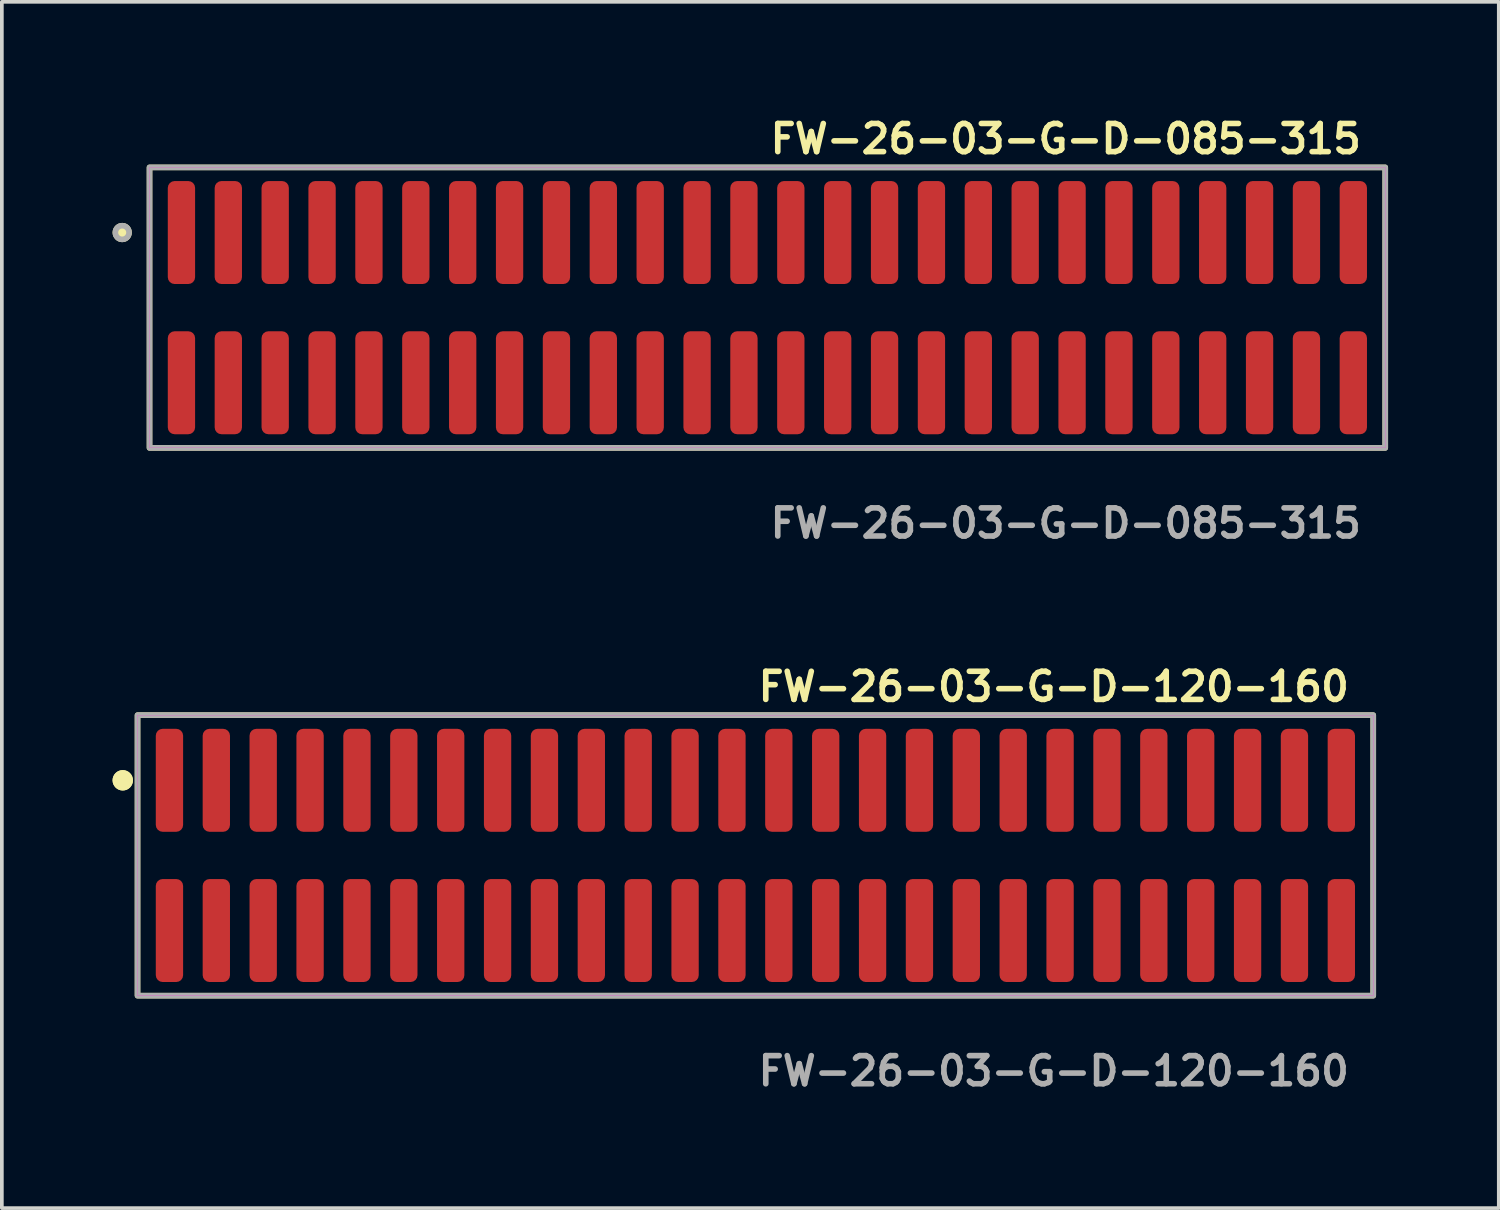
<source format=kicad_pcb>
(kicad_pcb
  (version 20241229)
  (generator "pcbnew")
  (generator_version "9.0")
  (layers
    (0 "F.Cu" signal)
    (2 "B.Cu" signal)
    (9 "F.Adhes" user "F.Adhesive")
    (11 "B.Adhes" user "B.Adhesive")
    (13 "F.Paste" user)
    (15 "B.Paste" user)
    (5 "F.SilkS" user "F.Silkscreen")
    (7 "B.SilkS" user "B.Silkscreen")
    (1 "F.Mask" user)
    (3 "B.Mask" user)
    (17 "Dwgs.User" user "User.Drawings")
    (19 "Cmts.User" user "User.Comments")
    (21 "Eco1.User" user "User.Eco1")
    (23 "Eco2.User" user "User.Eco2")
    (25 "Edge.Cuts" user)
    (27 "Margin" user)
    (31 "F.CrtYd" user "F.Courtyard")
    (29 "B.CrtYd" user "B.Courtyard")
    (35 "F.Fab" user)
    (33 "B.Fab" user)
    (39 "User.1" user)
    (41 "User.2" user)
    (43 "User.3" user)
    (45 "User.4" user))
  (footprint "FW-26-03-G-D-085-315"
    (layer "F.Cu")
    (at 17.741 5.285)
    (property "Reference" "FW-26-03-G-D-085-315" (at 0 -4.572 0) (unlocked yes) (layer "F.SilkS") (effects (font (size 0.762 0.762) (thickness 0.152)) (justify left)))
    (fp_rect (start -16.74 3.8) (end 16.74 -3.8) (stroke (width 0.152) (type solid)) (fill no) (layer "F.SilkS"))
    (fp_circle (center -17.48 -2.035) (end -17.665 -2.035) (stroke (width 0.152) (type solid)) (fill yes) (layer "F.SilkS"))
    (fp_rect (start -16.74 3.8) (end 16.74 -3.8) (stroke (width 0.006) (type solid)) (fill no) (layer "F.CrtYd"))
    (fp_rect (start -16.74 3.8) (end 16.74 -3.8) (stroke (width 0.152) (type solid)) (fill no) (layer "F.Fab"))
    (fp_circle (center -17.48 -2.035) (end -17.665 -2.035) (stroke (width 0.152) (type solid)) (fill no) (layer "F.Fab"))
    (fp_text user "${REFERENCE}" (at 0 5.842 0) (unlocked yes) (layer "F.Fab") (effects (font (size 0.762 0.762) (thickness 0.152)) (justify left)))
    (pad "1" smd roundrect (at -15.875 -2.035) (size 0.74 2.79) (layers "F.Cu" "F.Paste") (roundrect_rratio 0.25))
    (pad "2" smd roundrect (at -15.875 2.035) (size 0.74 2.79) (layers "F.Cu" "F.Paste") (roundrect_rratio 0.25))
    (pad "3" smd roundrect (at -14.605 -2.035) (size 0.74 2.79) (layers "F.Cu" "F.Paste") (roundrect_rratio 0.25))
    (pad "4" smd roundrect (at -14.605 2.035) (size 0.74 2.79) (layers "F.Cu" "F.Paste") (roundrect_rratio 0.25))
    (pad "5" smd roundrect (at -13.335 -2.035) (size 0.74 2.79) (layers "F.Cu" "F.Paste") (roundrect_rratio 0.25))
    (pad "6" smd roundrect (at -13.335 2.035) (size 0.74 2.79) (layers "F.Cu" "F.Paste") (roundrect_rratio 0.25))
    (pad "7" smd roundrect (at -12.065 -2.035) (size 0.74 2.79) (layers "F.Cu" "F.Paste") (roundrect_rratio 0.25))
    (pad "8" smd roundrect (at -12.065 2.035) (size 0.74 2.79) (layers "F.Cu" "F.Paste") (roundrect_rratio 0.25))
    (pad "9" smd roundrect (at -10.795 -2.035) (size 0.74 2.79) (layers "F.Cu" "F.Paste") (roundrect_rratio 0.25))
    (pad "10" smd roundrect (at -10.795 2.035) (size 0.74 2.79) (layers "F.Cu" "F.Paste") (roundrect_rratio 0.25))
    (pad "11" smd roundrect (at -9.525 -2.035) (size 0.74 2.79) (layers "F.Cu" "F.Paste") (roundrect_rratio 0.25))
    (pad "12" smd roundrect (at -9.525 2.035) (size 0.74 2.79) (layers "F.Cu" "F.Paste") (roundrect_rratio 0.25))
    (pad "13" smd roundrect (at -8.255 -2.035) (size 0.74 2.79) (layers "F.Cu" "F.Paste") (roundrect_rratio 0.25))
    (pad "14" smd roundrect (at -8.255 2.035) (size 0.74 2.79) (layers "F.Cu" "F.Paste") (roundrect_rratio 0.25))
    (pad "15" smd roundrect (at -6.985 -2.035) (size 0.74 2.79) (layers "F.Cu" "F.Paste") (roundrect_rratio 0.25))
    (pad "16" smd roundrect (at -6.985 2.035) (size 0.74 2.79) (layers "F.Cu" "F.Paste") (roundrect_rratio 0.25))
    (pad "17" smd roundrect (at -5.715 -2.035) (size 0.74 2.79) (layers "F.Cu" "F.Paste") (roundrect_rratio 0.25))
    (pad "18" smd roundrect (at -5.715 2.035) (size 0.74 2.79) (layers "F.Cu" "F.Paste") (roundrect_rratio 0.25))
    (pad "19" smd roundrect (at -4.445 -2.035) (size 0.74 2.79) (layers "F.Cu" "F.Paste") (roundrect_rratio 0.25))
    (pad "20" smd roundrect (at -4.445 2.035) (size 0.74 2.79) (layers "F.Cu" "F.Paste") (roundrect_rratio 0.25))
    (pad "21" smd roundrect (at -3.175 -2.035) (size 0.74 2.79) (layers "F.Cu" "F.Paste") (roundrect_rratio 0.25))
    (pad "22" smd roundrect (at -3.175 2.035) (size 0.74 2.79) (layers "F.Cu" "F.Paste") (roundrect_rratio 0.25))
    (pad "23" smd roundrect (at -1.905 -2.035) (size 0.74 2.79) (layers "F.Cu" "F.Paste") (roundrect_rratio 0.25))
    (pad "24" smd roundrect (at -1.905 2.035) (size 0.74 2.79) (layers "F.Cu" "F.Paste") (roundrect_rratio 0.25))
    (pad "25" smd roundrect (at -0.635 -2.035) (size 0.74 2.79) (layers "F.Cu" "F.Paste") (roundrect_rratio 0.25))
    (pad "26" smd roundrect (at -0.635 2.035) (size 0.74 2.79) (layers "F.Cu" "F.Paste") (roundrect_rratio 0.25))
    (pad "27" smd roundrect (at 0.635 -2.035) (size 0.74 2.79) (layers "F.Cu" "F.Paste") (roundrect_rratio 0.25))
    (pad "28" smd roundrect (at 0.635 2.035) (size 0.74 2.79) (layers "F.Cu" "F.Paste") (roundrect_rratio 0.25))
    (pad "29" smd roundrect (at 1.905 -2.035) (size 0.74 2.79) (layers "F.Cu" "F.Paste") (roundrect_rratio 0.25))
    (pad "30" smd roundrect (at 1.905 2.035) (size 0.74 2.79) (layers "F.Cu" "F.Paste") (roundrect_rratio 0.25))
    (pad "31" smd roundrect (at 3.175 -2.035) (size 0.74 2.79) (layers "F.Cu" "F.Paste") (roundrect_rratio 0.25))
    (pad "32" smd roundrect (at 3.175 2.035) (size 0.74 2.79) (layers "F.Cu" "F.Paste") (roundrect_rratio 0.25))
    (pad "33" smd roundrect (at 4.445 -2.035) (size 0.74 2.79) (layers "F.Cu" "F.Paste") (roundrect_rratio 0.25))
    (pad "34" smd roundrect (at 4.445 2.035) (size 0.74 2.79) (layers "F.Cu" "F.Paste") (roundrect_rratio 0.25))
    (pad "35" smd roundrect (at 5.715 -2.035) (size 0.74 2.79) (layers "F.Cu" "F.Paste") (roundrect_rratio 0.25))
    (pad "36" smd roundrect (at 5.715 2.035) (size 0.74 2.79) (layers "F.Cu" "F.Paste") (roundrect_rratio 0.25))
    (pad "37" smd roundrect (at 6.985 -2.035) (size 0.74 2.79) (layers "F.Cu" "F.Paste") (roundrect_rratio 0.25))
    (pad "38" smd roundrect (at 6.985 2.035) (size 0.74 2.79) (layers "F.Cu" "F.Paste") (roundrect_rratio 0.25))
    (pad "39" smd roundrect (at 8.255 -2.035) (size 0.74 2.79) (layers "F.Cu" "F.Paste") (roundrect_rratio 0.25))
    (pad "40" smd roundrect (at 8.255 2.035) (size 0.74 2.79) (layers "F.Cu" "F.Paste") (roundrect_rratio 0.25))
    (pad "41" smd roundrect (at 9.525 -2.035) (size 0.74 2.79) (layers "F.Cu" "F.Paste") (roundrect_rratio 0.25))
    (pad "42" smd roundrect (at 9.525 2.035) (size 0.74 2.79) (layers "F.Cu" "F.Paste") (roundrect_rratio 0.25))
    (pad "43" smd roundrect (at 10.795 -2.035) (size 0.74 2.79) (layers "F.Cu" "F.Paste") (roundrect_rratio 0.25))
    (pad "44" smd roundrect (at 10.795 2.035) (size 0.74 2.79) (layers "F.Cu" "F.Paste") (roundrect_rratio 0.25))
    (pad "45" smd roundrect (at 12.065 -2.035) (size 0.74 2.79) (layers "F.Cu" "F.Paste") (roundrect_rratio 0.25))
    (pad "46" smd roundrect (at 12.065 2.035) (size 0.74 2.79) (layers "F.Cu" "F.Paste") (roundrect_rratio 0.25))
    (pad "47" smd roundrect (at 13.335 -2.035) (size 0.74 2.79) (layers "F.Cu" "F.Paste") (roundrect_rratio 0.25))
    (pad "48" smd roundrect (at 13.335 2.035) (size 0.74 2.79) (layers "F.Cu" "F.Paste") (roundrect_rratio 0.25))
    (pad "49" smd roundrect (at 14.605 -2.035) (size 0.74 2.79) (layers "F.Cu" "F.Paste") (roundrect_rratio 0.25))
    (pad "50" smd roundrect (at 14.605 2.035) (size 0.74 2.79) (layers "F.Cu" "F.Paste") (roundrect_rratio 0.25))
    (pad "51" smd roundrect (at 15.875 -2.035) (size 0.74 2.79) (layers "F.Cu" "F.Paste") (roundrect_rratio 0.25))
    (pad "52" smd roundrect (at 15.875 2.035) (size 0.74 2.79) (layers "F.Cu" "F.Paste") (roundrect_rratio 0.25)))
  (footprint "FW-26-03-G-D-120-160"
    (layer "F.Cu")
    (at 17.416 20.126)
    (property "Reference" "FW-26-03-G-D-120-160" (at 0 -4.572 0) (unlocked yes) (layer "F.SilkS") (effects (font (size 0.762 0.762) (thickness 0.152)) (justify left)))
    (fp_rect (start -16.74 3.8) (end 16.74 -3.8) (stroke (width 0.152) (type solid)) (fill no) (layer "F.SilkS"))
    (fp_circle (center -17.14 -2.035) (end -17.34 -2.035) (stroke (width 0.152) (type solid)) (fill yes) (layer "F.SilkS"))
    (fp_circle (center -17.14 -2.035) (end -17.34 -2.035) (stroke (width 0.152) (type solid)) (fill yes) (layer "F.SilkS"))
    (fp_rect (start -16.74 3.8) (end 16.74 -3.8) (stroke (width 0.006) (type solid)) (fill no) (layer "F.CrtYd"))
    (fp_rect (start -16.74 3.8) (end 16.74 -3.8) (stroke (width 0.152) (type solid)) (fill no) (layer "F.Fab"))
    (fp_text user "${REFERENCE}" (at 0 5.842 0) (unlocked yes) (layer "F.Fab") (effects (font (size 0.762 0.762) (thickness 0.152)) (justify left)))
    (pad "1" smd roundrect (at -15.875 -2.035) (size 0.74 2.79) (layers "F.Cu" "F.Paste") (roundrect_rratio 0.25))
    (pad "2" smd roundrect (at -15.875 2.035) (size 0.74 2.79) (layers "F.Cu" "F.Paste") (roundrect_rratio 0.25))
    (pad "3" smd roundrect (at -14.605 -2.035) (size 0.74 2.79) (layers "F.Cu" "F.Paste") (roundrect_rratio 0.25))
    (pad "4" smd roundrect (at -14.605 2.035) (size 0.74 2.79) (layers "F.Cu" "F.Paste") (roundrect_rratio 0.25))
    (pad "5" smd roundrect (at -13.335 -2.035) (size 0.74 2.79) (layers "F.Cu" "F.Paste") (roundrect_rratio 0.25))
    (pad "6" smd roundrect (at -13.335 2.035) (size 0.74 2.79) (layers "F.Cu" "F.Paste") (roundrect_rratio 0.25))
    (pad "7" smd roundrect (at -12.065 -2.035) (size 0.74 2.79) (layers "F.Cu" "F.Paste") (roundrect_rratio 0.25))
    (pad "8" smd roundrect (at -12.065 2.035) (size 0.74 2.79) (layers "F.Cu" "F.Paste") (roundrect_rratio 0.25))
    (pad "9" smd roundrect (at -10.795 -2.035) (size 0.74 2.79) (layers "F.Cu" "F.Paste") (roundrect_rratio 0.25))
    (pad "10" smd roundrect (at -10.795 2.035) (size 0.74 2.79) (layers "F.Cu" "F.Paste") (roundrect_rratio 0.25))
    (pad "11" smd roundrect (at -9.525 -2.035) (size 0.74 2.79) (layers "F.Cu" "F.Paste") (roundrect_rratio 0.25))
    (pad "12" smd roundrect (at -9.525 2.035) (size 0.74 2.79) (layers "F.Cu" "F.Paste") (roundrect_rratio 0.25))
    (pad "13" smd roundrect (at -8.255 -2.035) (size 0.74 2.79) (layers "F.Cu" "F.Paste") (roundrect_rratio 0.25))
    (pad "14" smd roundrect (at -8.255 2.035) (size 0.74 2.79) (layers "F.Cu" "F.Paste") (roundrect_rratio 0.25))
    (pad "15" smd roundrect (at -6.985 -2.035) (size 0.74 2.79) (layers "F.Cu" "F.Paste") (roundrect_rratio 0.25))
    (pad "16" smd roundrect (at -6.985 2.035) (size 0.74 2.79) (layers "F.Cu" "F.Paste") (roundrect_rratio 0.25))
    (pad "17" smd roundrect (at -5.715 -2.035) (size 0.74 2.79) (layers "F.Cu" "F.Paste") (roundrect_rratio 0.25))
    (pad "18" smd roundrect (at -5.715 2.035) (size 0.74 2.79) (layers "F.Cu" "F.Paste") (roundrect_rratio 0.25))
    (pad "19" smd roundrect (at -4.445 -2.035) (size 0.74 2.79) (layers "F.Cu" "F.Paste") (roundrect_rratio 0.25))
    (pad "20" smd roundrect (at -4.445 2.035) (size 0.74 2.79) (layers "F.Cu" "F.Paste") (roundrect_rratio 0.25))
    (pad "21" smd roundrect (at -3.175 -2.035) (size 0.74 2.79) (layers "F.Cu" "F.Paste") (roundrect_rratio 0.25))
    (pad "22" smd roundrect (at -3.175 2.035) (size 0.74 2.79) (layers "F.Cu" "F.Paste") (roundrect_rratio 0.25))
    (pad "23" smd roundrect (at -1.905 -2.035) (size 0.74 2.79) (layers "F.Cu" "F.Paste") (roundrect_rratio 0.25))
    (pad "24" smd roundrect (at -1.905 2.035) (size 0.74 2.79) (layers "F.Cu" "F.Paste") (roundrect_rratio 0.25))
    (pad "25" smd roundrect (at -0.635 -2.035) (size 0.74 2.79) (layers "F.Cu" "F.Paste") (roundrect_rratio 0.25))
    (pad "26" smd roundrect (at -0.635 2.035) (size 0.74 2.79) (layers "F.Cu" "F.Paste") (roundrect_rratio 0.25))
    (pad "27" smd roundrect (at 0.635 -2.035) (size 0.74 2.79) (layers "F.Cu" "F.Paste") (roundrect_rratio 0.25))
    (pad "28" smd roundrect (at 0.635 2.035) (size 0.74 2.79) (layers "F.Cu" "F.Paste") (roundrect_rratio 0.25))
    (pad "29" smd roundrect (at 1.905 -2.035) (size 0.74 2.79) (layers "F.Cu" "F.Paste") (roundrect_rratio 0.25))
    (pad "30" smd roundrect (at 1.905 2.035) (size 0.74 2.79) (layers "F.Cu" "F.Paste") (roundrect_rratio 0.25))
    (pad "31" smd roundrect (at 3.175 -2.035) (size 0.74 2.79) (layers "F.Cu" "F.Paste") (roundrect_rratio 0.25))
    (pad "32" smd roundrect (at 3.175 2.035) (size 0.74 2.79) (layers "F.Cu" "F.Paste") (roundrect_rratio 0.25))
    (pad "33" smd roundrect (at 4.445 -2.035) (size 0.74 2.79) (layers "F.Cu" "F.Paste") (roundrect_rratio 0.25))
    (pad "34" smd roundrect (at 4.445 2.035) (size 0.74 2.79) (layers "F.Cu" "F.Paste") (roundrect_rratio 0.25))
    (pad "35" smd roundrect (at 5.715 -2.035) (size 0.74 2.79) (layers "F.Cu" "F.Paste") (roundrect_rratio 0.25))
    (pad "36" smd roundrect (at 5.715 2.035) (size 0.74 2.79) (layers "F.Cu" "F.Paste") (roundrect_rratio 0.25))
    (pad "37" smd roundrect (at 6.985 -2.035) (size 0.74 2.79) (layers "F.Cu" "F.Paste") (roundrect_rratio 0.25))
    (pad "38" smd roundrect (at 6.985 2.035) (size 0.74 2.79) (layers "F.Cu" "F.Paste") (roundrect_rratio 0.25))
    (pad "39" smd roundrect (at 8.255 -2.035) (size 0.74 2.79) (layers "F.Cu" "F.Paste") (roundrect_rratio 0.25))
    (pad "40" smd roundrect (at 8.255 2.035) (size 0.74 2.79) (layers "F.Cu" "F.Paste") (roundrect_rratio 0.25))
    (pad "41" smd roundrect (at 9.525 -2.035) (size 0.74 2.79) (layers "F.Cu" "F.Paste") (roundrect_rratio 0.25))
    (pad "42" smd roundrect (at 9.525 2.035) (size 0.74 2.79) (layers "F.Cu" "F.Paste") (roundrect_rratio 0.25))
    (pad "43" smd roundrect (at 10.795 -2.035) (size 0.74 2.79) (layers "F.Cu" "F.Paste") (roundrect_rratio 0.25))
    (pad "44" smd roundrect (at 10.795 2.035) (size 0.74 2.79) (layers "F.Cu" "F.Paste") (roundrect_rratio 0.25))
    (pad "45" smd roundrect (at 12.065 -2.035) (size 0.74 2.79) (layers "F.Cu" "F.Paste") (roundrect_rratio 0.25))
    (pad "46" smd roundrect (at 12.065 2.035) (size 0.74 2.79) (layers "F.Cu" "F.Paste") (roundrect_rratio 0.25))
    (pad "47" smd roundrect (at 13.335 -2.035) (size 0.74 2.79) (layers "F.Cu" "F.Paste") (roundrect_rratio 0.25))
    (pad "48" smd roundrect (at 13.335 2.035) (size 0.74 2.79) (layers "F.Cu" "F.Paste") (roundrect_rratio 0.25))
    (pad "49" smd roundrect (at 14.605 -2.035) (size 0.74 2.79) (layers "F.Cu" "F.Paste") (roundrect_rratio 0.25))
    (pad "50" smd roundrect (at 14.605 2.035) (size 0.74 2.79) (layers "F.Cu" "F.Paste") (roundrect_rratio 0.25))
    (pad "51" smd roundrect (at 15.875 -2.035) (size 0.74 2.79) (layers "F.Cu" "F.Paste") (roundrect_rratio 0.25))
    (pad "52" smd roundrect (at 15.875 2.035) (size 0.74 2.79) (layers "F.Cu" "F.Paste") (roundrect_rratio 0.25)))
  (gr_rect
    (start -3 -3)
    (end 37.557 29.681)
    (stroke (width 0.1) (type default))
    (fill no)
    (layer "Edge.Cuts")))
</source>
